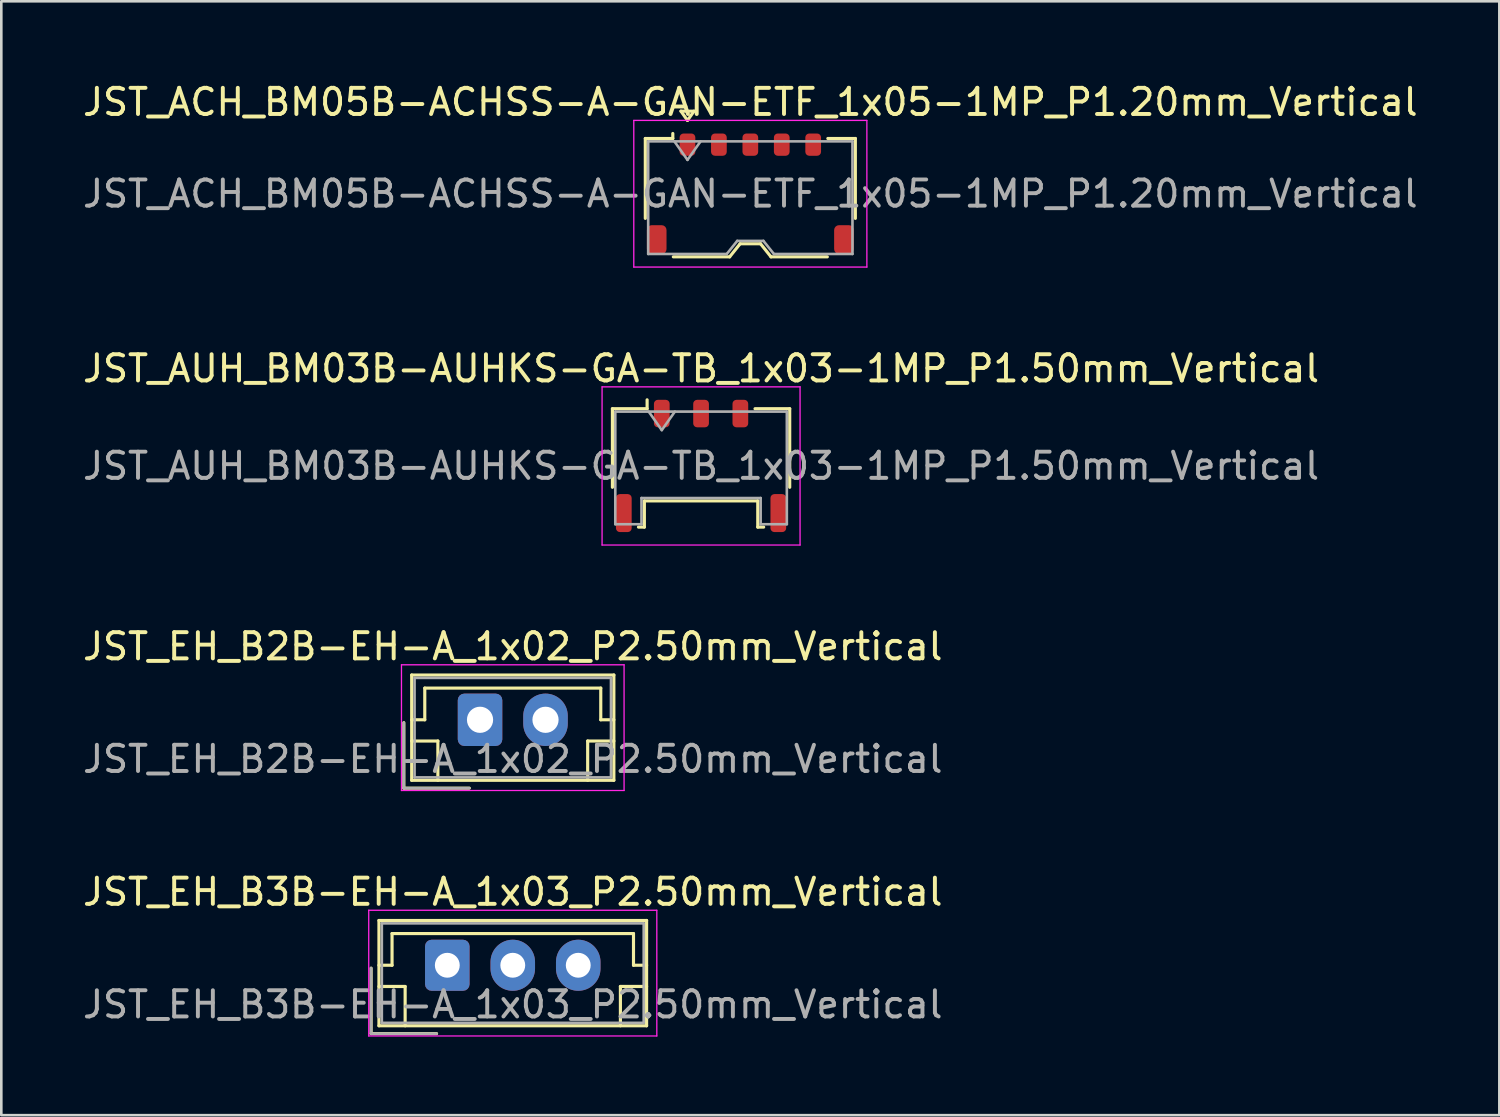
<source format=kicad_pcb>
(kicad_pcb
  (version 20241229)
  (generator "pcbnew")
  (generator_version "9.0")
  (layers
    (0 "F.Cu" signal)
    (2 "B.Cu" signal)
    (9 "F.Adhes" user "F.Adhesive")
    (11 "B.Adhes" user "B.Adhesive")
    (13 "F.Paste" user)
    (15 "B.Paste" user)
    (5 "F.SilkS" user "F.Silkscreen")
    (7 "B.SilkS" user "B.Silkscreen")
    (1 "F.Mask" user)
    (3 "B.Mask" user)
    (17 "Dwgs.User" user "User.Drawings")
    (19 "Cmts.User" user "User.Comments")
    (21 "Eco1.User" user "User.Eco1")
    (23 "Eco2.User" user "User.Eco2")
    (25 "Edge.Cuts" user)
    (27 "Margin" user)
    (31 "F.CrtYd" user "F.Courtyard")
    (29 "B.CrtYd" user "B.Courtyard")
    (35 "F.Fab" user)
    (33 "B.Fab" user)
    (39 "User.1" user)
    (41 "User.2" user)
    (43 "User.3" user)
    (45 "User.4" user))
  (footprint "JST_EH_B3B-EH-A_1x03_P2.50mm_Vertical"
    (layer "F.Cu")
    (at 14.03 33.808)
    (property "Reference" "JST_EH_B3B-EH-A_1x03_P2.50mm_Vertical" (at 2.5 -2.8 0) (layer "F.SilkS") (effects (font (size 1 1) (thickness 0.15))))
    (attr through_hole)
    (fp_line (start -2.91 0.11) (end -2.91 2.61) (stroke (width 0.12) (type solid)) (layer "F.SilkS"))
    (fp_line (start -2.91 2.61) (end -0.41 2.61) (stroke (width 0.12) (type solid)) (layer "F.SilkS"))
    (fp_line (start -2.61 -1.71) (end -2.61 2.31) (stroke (width 0.12) (type solid)) (layer "F.SilkS"))
    (fp_line (start -2.61 0) (end -2.11 0) (stroke (width 0.12) (type solid)) (layer "F.SilkS"))
    (fp_line (start -2.61 0.81) (end -1.61 0.81) (stroke (width 0.12) (type solid)) (layer "F.SilkS"))
    (fp_line (start -2.61 2.31) (end 7.61 2.31) (stroke (width 0.12) (type solid)) (layer "F.SilkS"))
    (fp_line (start -2.11 -1.21) (end 7.11 -1.21) (stroke (width 0.12) (type solid)) (layer "F.SilkS"))
    (fp_line (start -2.11 0) (end -2.11 -1.21) (stroke (width 0.12) (type solid)) (layer "F.SilkS"))
    (fp_line (start -1.61 0.81) (end -1.61 2.31) (stroke (width 0.12) (type solid)) (layer "F.SilkS"))
    (fp_line (start 6.61 0.81) (end 6.61 2.31) (stroke (width 0.12) (type solid)) (layer "F.SilkS"))
    (fp_line (start 7.11 -1.21) (end 7.11 0) (stroke (width 0.12) (type solid)) (layer "F.SilkS"))
    (fp_line (start 7.11 0) (end 7.61 0) (stroke (width 0.12) (type solid)) (layer "F.SilkS"))
    (fp_line (start 7.61 -1.71) (end -2.61 -1.71) (stroke (width 0.12) (type solid)) (layer "F.SilkS"))
    (fp_line (start 7.61 0.81) (end 6.61 0.81) (stroke (width 0.12) (type solid)) (layer "F.SilkS"))
    (fp_line (start 7.61 2.31) (end 7.61 -1.71) (stroke (width 0.12) (type solid)) (layer "F.SilkS"))
    (fp_line (start -3 -2.1) (end -3 2.7) (stroke (width 0.05) (type solid)) (layer "F.CrtYd"))
    (fp_line (start -3 2.7) (end 8 2.7) (stroke (width 0.05) (type solid)) (layer "F.CrtYd"))
    (fp_line (start 8 -2.1) (end -3 -2.1) (stroke (width 0.05) (type solid)) (layer "F.CrtYd"))
    (fp_line (start 8 2.7) (end 8 -2.1) (stroke (width 0.05) (type solid)) (layer "F.CrtYd"))
    (fp_line (start -2.91 0.11) (end -2.91 2.61) (stroke (width 0.1) (type solid)) (layer "F.Fab"))
    (fp_line (start -2.91 2.61) (end -0.41 2.61) (stroke (width 0.1) (type solid)) (layer "F.Fab"))
    (fp_line (start -2.5 -1.6) (end -2.5 2.2) (stroke (width 0.1) (type solid)) (layer "F.Fab"))
    (fp_line (start -2.5 2.2) (end 7.5 2.2) (stroke (width 0.1) (type solid)) (layer "F.Fab"))
    (fp_line (start 7.5 -1.6) (end -2.5 -1.6) (stroke (width 0.1) (type solid)) (layer "F.Fab"))
    (fp_line (start 7.5 2.2) (end 7.5 -1.6) (stroke (width 0.1) (type solid)) (layer "F.Fab"))
    (fp_text user "${REFERENCE}" (at 2.5 1.5 0) (layer "F.Fab") (effects (font (size 1 1) (thickness 0.15))))
    (pad "1" thru_hole roundrect (at 0 0) (size 1.7 1.95) (drill 0.95) (layers "*.Cu" "*.Mask") (roundrect_rratio 0.147))
    (pad "2" thru_hole oval (at 2.5 0) (size 1.7 1.95) (drill 0.95) (layers "*.Cu" "*.Mask"))
    (pad "3" thru_hole oval (at 5 0) (size 1.7 1.95) (drill 0.95) (layers "*.Cu" "*.Mask")))
  (footprint "JST_EH_B2B-EH-A_1x02_P2.50mm_Vertical"
    (layer "F.Cu")
    (at 15.28 24.435)
    (property "Reference" "JST_EH_B2B-EH-A_1x02_P2.50mm_Vertical" (at 1.25 -2.8 0) (layer "F.SilkS") (effects (font (size 1 1) (thickness 0.15))))
    (attr through_hole)
    (fp_line (start -2.91 0.11) (end -2.91 2.61) (stroke (width 0.12) (type solid)) (layer "F.SilkS"))
    (fp_line (start -2.91 2.61) (end -0.41 2.61) (stroke (width 0.12) (type solid)) (layer "F.SilkS"))
    (fp_line (start -2.61 -1.71) (end -2.61 2.31) (stroke (width 0.12) (type solid)) (layer "F.SilkS"))
    (fp_line (start -2.61 0) (end -2.11 0) (stroke (width 0.12) (type solid)) (layer "F.SilkS"))
    (fp_line (start -2.61 0.81) (end -1.61 0.81) (stroke (width 0.12) (type solid)) (layer "F.SilkS"))
    (fp_line (start -2.61 2.31) (end 5.11 2.31) (stroke (width 0.12) (type solid)) (layer "F.SilkS"))
    (fp_line (start -2.11 -1.21) (end 4.61 -1.21) (stroke (width 0.12) (type solid)) (layer "F.SilkS"))
    (fp_line (start -2.11 0) (end -2.11 -1.21) (stroke (width 0.12) (type solid)) (layer "F.SilkS"))
    (fp_line (start -1.61 0.81) (end -1.61 2.31) (stroke (width 0.12) (type solid)) (layer "F.SilkS"))
    (fp_line (start 4.11 0.81) (end 4.11 2.31) (stroke (width 0.12) (type solid)) (layer "F.SilkS"))
    (fp_line (start 4.61 -1.21) (end 4.61 0) (stroke (width 0.12) (type solid)) (layer "F.SilkS"))
    (fp_line (start 4.61 0) (end 5.11 0) (stroke (width 0.12) (type solid)) (layer "F.SilkS"))
    (fp_line (start 5.11 -1.71) (end -2.61 -1.71) (stroke (width 0.12) (type solid)) (layer "F.SilkS"))
    (fp_line (start 5.11 0.81) (end 4.11 0.81) (stroke (width 0.12) (type solid)) (layer "F.SilkS"))
    (fp_line (start 5.11 2.31) (end 5.11 -1.71) (stroke (width 0.12) (type solid)) (layer "F.SilkS"))
    (fp_line (start -3 -2.1) (end -3 2.7) (stroke (width 0.05) (type solid)) (layer "F.CrtYd"))
    (fp_line (start -3 2.7) (end 5.5 2.7) (stroke (width 0.05) (type solid)) (layer "F.CrtYd"))
    (fp_line (start 5.5 -2.1) (end -3 -2.1) (stroke (width 0.05) (type solid)) (layer "F.CrtYd"))
    (fp_line (start 5.5 2.7) (end 5.5 -2.1) (stroke (width 0.05) (type solid)) (layer "F.CrtYd"))
    (fp_line (start -2.91 0.11) (end -2.91 2.61) (stroke (width 0.1) (type solid)) (layer "F.Fab"))
    (fp_line (start -2.91 2.61) (end -0.41 2.61) (stroke (width 0.1) (type solid)) (layer "F.Fab"))
    (fp_line (start -2.5 -1.6) (end -2.5 2.2) (stroke (width 0.1) (type solid)) (layer "F.Fab"))
    (fp_line (start -2.5 2.2) (end 5 2.2) (stroke (width 0.1) (type solid)) (layer "F.Fab"))
    (fp_line (start 5 -1.6) (end -2.5 -1.6) (stroke (width 0.1) (type solid)) (layer "F.Fab"))
    (fp_line (start 5 2.2) (end 5 -1.6) (stroke (width 0.1) (type solid)) (layer "F.Fab"))
    (fp_text user "${REFERENCE}" (at 1.25 1.5 0) (layer "F.Fab") (effects (font (size 1 1) (thickness 0.15))))
    (pad "1" thru_hole roundrect (at 0 0) (size 1.7 2) (drill 1) (layers "*.Cu" "*.Mask") (roundrect_rratio 0.147))
    (pad "2" thru_hole oval (at 2.5 0) (size 1.7 2) (drill 1) (layers "*.Cu" "*.Mask")))
  (footprint "JST_ACH_BM05B-ACHSS-A-GAN-ETF_1x05-1MP_P1.20mm_Vertical"
    (layer "F.Cu")
    (at 25.601 4.348)
    (property "Reference" "JST_ACH_BM05B-ACHSS-A-GAN-ETF_1x05-1MP_P1.20mm_Vertical" (at 0 -3.5 0) (layer "F.SilkS") (effects (font (size 1 1) (thickness 0.15))))
    (attr smd)
    (fp_line (start -4.01 -2.11) (end -2.96 -2.11) (stroke (width 0.12) (type solid)) (layer "F.SilkS"))
    (fp_line (start -4.01 0.94) (end -4.01 -2.11) (stroke (width 0.12) (type solid)) (layer "F.SilkS"))
    (fp_line (start -2.96 -2.11) (end -2.96 -2.3) (stroke (width 0.12) (type solid)) (layer "F.SilkS"))
    (fp_line (start -2.94 2.41) (end -0.79 2.41) (stroke (width 0.12) (type solid)) (layer "F.SilkS"))
    (fp_line (start -2.65 -3.154) (end -2.4 -2.8) (stroke (width 0.12) (type solid)) (layer "F.SilkS"))
    (fp_line (start -2.4 -2.8) (end -2.15 -3.154) (stroke (width 0.12) (type solid)) (layer "F.SilkS"))
    (fp_line (start -2.15 -3.154) (end -2.65 -3.154) (stroke (width 0.12) (type solid)) (layer "F.SilkS"))
    (fp_line (start -0.79 2.41) (end -0.39 1.91) (stroke (width 0.12) (type solid)) (layer "F.SilkS"))
    (fp_line (start -0.39 1.91) (end 0.39 1.91) (stroke (width 0.12) (type solid)) (layer "F.SilkS"))
    (fp_line (start 0.39 1.91) (end 0.79 2.41) (stroke (width 0.12) (type solid)) (layer "F.SilkS"))
    (fp_line (start 0.79 2.41) (end 2.94 2.41) (stroke (width 0.12) (type solid)) (layer "F.SilkS"))
    (fp_line (start 4.01 -2.11) (end 2.96 -2.11) (stroke (width 0.12) (type solid)) (layer "F.SilkS"))
    (fp_line (start 4.01 0.94) (end 4.01 -2.11) (stroke (width 0.12) (type solid)) (layer "F.SilkS"))
    (fp_line (start -4.45 -2.8) (end -4.45 2.8) (stroke (width 0.05) (type solid)) (layer "F.CrtYd"))
    (fp_line (start -4.45 2.8) (end 4.45 2.8) (stroke (width 0.05) (type solid)) (layer "F.CrtYd"))
    (fp_line (start 4.45 -2.8) (end -4.45 -2.8) (stroke (width 0.05) (type solid)) (layer "F.CrtYd"))
    (fp_line (start 4.45 2.8) (end 4.45 -2.8) (stroke (width 0.05) (type solid)) (layer "F.CrtYd"))
    (fp_line (start -3.9 -2) (end -3.9 2.3) (stroke (width 0.1) (type solid)) (layer "F.Fab"))
    (fp_line (start -3.9 -2) (end 3.9 -2) (stroke (width 0.1) (type solid)) (layer "F.Fab"))
    (fp_line (start -3.9 2.3) (end -0.9 2.3) (stroke (width 0.1) (type solid)) (layer "F.Fab"))
    (fp_line (start -2.9 -2) (end -2.4 -1.293) (stroke (width 0.1) (type solid)) (layer "F.Fab"))
    (fp_line (start -2.4 -1.293) (end -1.9 -2) (stroke (width 0.1) (type solid)) (layer "F.Fab"))
    (fp_line (start -0.9 2.3) (end -0.5 1.8) (stroke (width 0.1) (type solid)) (layer "F.Fab"))
    (fp_line (start -0.5 1.8) (end 0.5 1.8) (stroke (width 0.1) (type solid)) (layer "F.Fab"))
    (fp_line (start 0.5 1.8) (end 0.9 2.3) (stroke (width 0.1) (type solid)) (layer "F.Fab"))
    (fp_line (start 0.9 2.3) (end 3.9 2.3) (stroke (width 0.1) (type solid)) (layer "F.Fab"))
    (fp_line (start 3.9 -2) (end 3.9 2.3) (stroke (width 0.1) (type solid)) (layer "F.Fab"))
    (fp_text user "${REFERENCE}" (at 0 0 0) (layer "F.Fab") (effects (font (size 1 1) (thickness 0.15))))
    (pad "1" smd roundrect (at -2.4 -1.875) (size 0.6 0.85) (layers "F.Cu" "F.Mask" "F.Paste") (roundrect_rratio 0.25))
    (pad "2" smd roundrect (at -1.2 -1.875) (size 0.6 0.85) (layers "F.Cu" "F.Mask" "F.Paste") (roundrect_rratio 0.25))
    (pad "3" smd roundrect (at 0 -1.875) (size 0.6 0.85) (layers "F.Cu" "F.Mask" "F.Paste") (roundrect_rratio 0.25))
    (pad "4" smd roundrect (at 1.2 -1.875) (size 0.6 0.85) (layers "F.Cu" "F.Mask" "F.Paste") (roundrect_rratio 0.25))
    (pad "5" smd roundrect (at 2.4 -1.875) (size 0.6 0.85) (layers "F.Cu" "F.Mask" "F.Paste") (roundrect_rratio 0.25))
    (pad "MP" smd roundrect (at -3.575 1.75) (size 0.75 1.1) (layers "F.Cu" "F.Mask" "F.Paste") (roundrect_rratio 0.25))
    (pad "MP" smd roundrect (at 3.575 1.75) (size 0.75 1.1) (layers "F.Cu" "F.Mask" "F.Paste") (roundrect_rratio 0.25)))
  (footprint "JST_AUH_BM03B-AUHKS-GA-TB_1x03-1MP_P1.50mm_Vertical"
    (layer "F.Cu")
    (at 23.72 14.742)
    (property "Reference" "JST_AUH_BM03B-AUHKS-GA-TB_1x03-1MP_P1.50mm_Vertical" (at 0 -3.72 0) (layer "F.SilkS") (effects (font (size 1 1) (thickness 0.15))))
    (attr smd)
    (fp_line (start -3.385 -2.185) (end -2.06 -2.185) (stroke (width 0.12) (type solid)) (layer "F.SilkS"))
    (fp_line (start -3.385 0.815) (end -3.385 -2.185) (stroke (width 0.12) (type solid)) (layer "F.SilkS"))
    (fp_line (start -2.39 2.335) (end -2.165 2.335) (stroke (width 0.12) (type solid)) (layer "F.SilkS"))
    (fp_line (start -2.165 1.335) (end 2.165 1.335) (stroke (width 0.12) (type solid)) (layer "F.SilkS"))
    (fp_line (start -2.165 2.335) (end -2.165 1.335) (stroke (width 0.12) (type solid)) (layer "F.SilkS"))
    (fp_line (start -2.06 -2.185) (end -2.06 -2.525) (stroke (width 0.12) (type solid)) (layer "F.SilkS"))
    (fp_line (start 2.165 1.335) (end 2.165 2.335) (stroke (width 0.12) (type solid)) (layer "F.SilkS"))
    (fp_line (start 2.165 2.335) (end 2.39 2.335) (stroke (width 0.12) (type solid)) (layer "F.SilkS"))
    (fp_line (start 3.385 -2.185) (end 2.06 -2.185) (stroke (width 0.12) (type solid)) (layer "F.SilkS"))
    (fp_line (start 3.385 0.815) (end 3.385 -2.185) (stroke (width 0.12) (type solid)) (layer "F.SilkS"))
    (fp_line (start -3.78 -3.02) (end -3.78 3.02) (stroke (width 0.05) (type solid)) (layer "F.CrtYd"))
    (fp_line (start -3.78 3.02) (end 3.78 3.02) (stroke (width 0.05) (type solid)) (layer "F.CrtYd"))
    (fp_line (start 3.78 -3.02) (end -3.78 -3.02) (stroke (width 0.05) (type solid)) (layer "F.CrtYd"))
    (fp_line (start 3.78 3.02) (end 3.78 -3.02) (stroke (width 0.05) (type solid)) (layer "F.CrtYd"))
    (fp_line (start -3.275 -2.075) (end -3.275 2.225) (stroke (width 0.1) (type solid)) (layer "F.Fab"))
    (fp_line (start -3.275 -2.075) (end 3.275 -2.075) (stroke (width 0.1) (type solid)) (layer "F.Fab"))
    (fp_line (start -3.275 2.225) (end -2.275 2.225) (stroke (width 0.1) (type solid)) (layer "F.Fab"))
    (fp_line (start -2.275 1.225) (end 2.275 1.225) (stroke (width 0.1) (type solid)) (layer "F.Fab"))
    (fp_line (start -2.275 2.225) (end -2.275 1.225) (stroke (width 0.1) (type solid)) (layer "F.Fab"))
    (fp_line (start -2 -2.075) (end -1.5 -1.368) (stroke (width 0.1) (type solid)) (layer "F.Fab"))
    (fp_line (start -1.5 -1.368) (end -1 -2.075) (stroke (width 0.1) (type solid)) (layer "F.Fab"))
    (fp_line (start 2.275 1.225) (end 2.275 2.225) (stroke (width 0.1) (type solid)) (layer "F.Fab"))
    (fp_line (start 2.275 2.225) (end 3.275 2.225) (stroke (width 0.1) (type solid)) (layer "F.Fab"))
    (fp_line (start 3.275 -2.075) (end 3.275 2.225) (stroke (width 0.1) (type solid)) (layer "F.Fab"))
    (fp_text user "${REFERENCE}" (at 0 0 0) (layer "F.Fab") (effects (font (size 1 1) (thickness 0.15))))
    (pad "1" smd roundrect (at -1.5 -2) (size 0.6 1.05) (layers "F.Cu" "F.Mask" "F.Paste") (roundrect_rratio 0.25))
    (pad "2" smd roundrect (at 0 -2) (size 0.6 1.05) (layers "F.Cu" "F.Mask" "F.Paste") (roundrect_rratio 0.25))
    (pad "3" smd roundrect (at 1.5 -2) (size 0.6 1.05) (layers "F.Cu" "F.Mask" "F.Paste") (roundrect_rratio 0.25))
    (pad "MP" smd roundrect (at -2.95 1.8) (size 0.6 1.45) (layers "F.Cu" "F.Mask" "F.Paste") (roundrect_rratio 0.25))
    (pad "MP" smd roundrect (at 2.95 1.8) (size 0.6 1.45) (layers "F.Cu" "F.Mask" "F.Paste") (roundrect_rratio 0.25)))
  (gr_rect
    (start -3 -3)
    (end 54.202 39.533)
    (stroke (width 0.1) (type default))
    (fill no)
    (layer "Edge.Cuts")))
</source>
